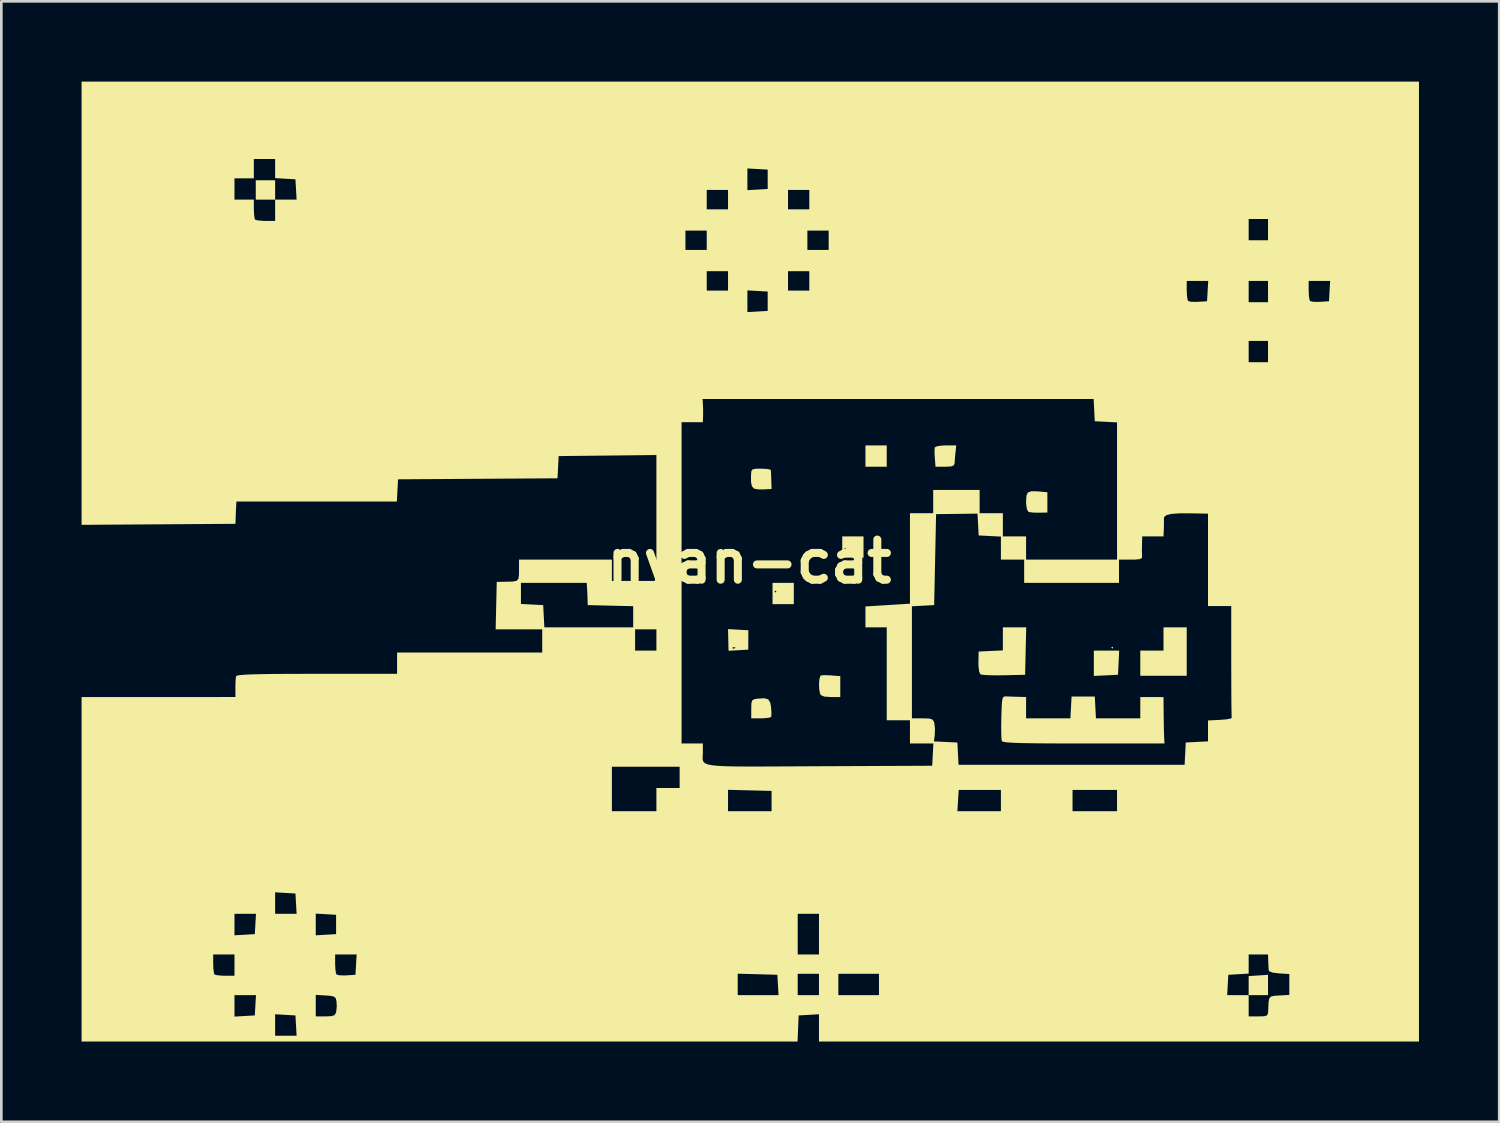
<source format=kicad_pcb>
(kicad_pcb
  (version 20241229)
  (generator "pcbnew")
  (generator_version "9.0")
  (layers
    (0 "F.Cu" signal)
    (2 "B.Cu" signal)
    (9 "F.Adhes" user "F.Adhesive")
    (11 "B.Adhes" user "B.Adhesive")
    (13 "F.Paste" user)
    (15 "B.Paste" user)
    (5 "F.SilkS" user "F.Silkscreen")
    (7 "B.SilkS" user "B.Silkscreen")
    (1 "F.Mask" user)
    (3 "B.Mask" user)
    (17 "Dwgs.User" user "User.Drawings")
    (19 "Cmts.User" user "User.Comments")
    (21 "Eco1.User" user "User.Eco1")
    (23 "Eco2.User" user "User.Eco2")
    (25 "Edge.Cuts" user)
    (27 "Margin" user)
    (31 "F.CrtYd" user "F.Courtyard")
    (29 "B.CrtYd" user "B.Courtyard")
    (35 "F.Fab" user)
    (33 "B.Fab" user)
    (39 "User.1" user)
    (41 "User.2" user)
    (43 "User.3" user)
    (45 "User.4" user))
  (footprint "nyan-cat"
    (layer "F.Cu")
    (at 24.966 17.946)
    (property "Reference" "nyan-cat" (at 0 0 0) (layer "F.SilkS") (effects (font (size 1.5 1.5) (thickness 0.3))))
    (attr board_only exclude_from_pos_files exclude_from_bom)
    (fp_poly (pts (xy 13.605 3.22) (xy 13.568 3.256) (xy 13.532 3.22) (xy 13.568 3.184)) (stroke (width 0) (type solid)) (fill yes) (layer "F.SilkS"))
    (fp_poly (pts (xy -17.729 -13.894) (xy -17.729 -13.532) (xy -18.091 -13.532) (xy -18.453 -13.532) (xy -18.453 -13.894) (xy -18.453 -14.256) (xy -18.091 -14.256) (xy -17.729 -14.256)) (stroke (width 0) (type solid)) (fill yes) (layer "F.SilkS"))
    (fp_poly (pts (xy 5.138 -3.944) (xy 5.138 -3.546) (xy 4.74 -3.546) (xy 4.342 -3.546) (xy 4.342 -3.944) (xy 4.342 -4.342) (xy 4.74 -4.342) (xy 5.138 -4.342)) (stroke (width 0) (type solid)) (fill yes) (layer "F.SilkS"))
    (fp_poly (pts (xy 13.807 3.781) (xy 13.785 4.233) (xy 13.333 4.255) (xy 12.881 4.276) (xy 12.881 3.803) (xy 12.881 3.329) (xy 13.355 3.329) (xy 13.829 3.329)) (stroke (width 0) (type solid)) (fill yes) (layer "F.SilkS"))
    (fp_poly (pts (xy 19.394 15.83) (xy 19.394 16.21) (xy 19.032 16.21) (xy 18.67 16.21) (xy 18.67 15.855) (xy 18.67 15.5) (xy 19.032 15.475) (xy 19.394 15.45)) (stroke (width 0) (type solid)) (fill yes) (layer "F.SilkS"))
    (fp_poly (pts (xy 16.354 3.365) (xy 16.354 4.27) (xy 15.486 4.27) (xy 14.618 4.27) (xy 14.618 3.799) (xy 14.618 3.329) (xy 15.052 3.329) (xy 15.486 3.329) (xy 15.486 2.895) (xy 15.486 2.46) (xy 15.92 2.46) (xy 16.354 2.46)) (stroke (width 0) (type solid)) (fill yes) (layer "F.SilkS"))
    (fp_poly (pts (xy 1.664 1.194) (xy 1.664 1.592) (xy 1.266 1.592) (xy 0.868 1.592) (xy 0.868 1.194) (xy 0.868 1.122) (xy 0.941 1.122) (xy 0.977 1.158) (xy 1.013 1.122) (xy 0.977 1.085) (xy 0.941 1.122) (xy 0.868 1.122) (xy 0.868 0.796) (xy 1.266 0.796) (xy 1.664 0.796)) (stroke (width 0) (type solid)) (fill yes) (layer "F.SilkS"))
    (fp_poly (pts (xy 2.988 4.252) (xy 3.077 4.258) (xy 3.401 4.284) (xy 3.401 4.675) (xy 3.401 5.066) (xy 3.047 5.066) (xy 2.805 5.049) (xy 2.677 4.994) (xy 2.649 4.951) (xy 2.614 4.786) (xy 2.606 4.582) (xy 2.622 4.393) (xy 2.66 4.273) (xy 2.679 4.257) (xy 2.791 4.247)) (stroke (width 0) (type solid)) (fill yes) (layer "F.SilkS"))
    (fp_poly (pts (xy 4.27 -0.543) (xy 4.27 -0.145) (xy 3.872 -0.145) (xy 3.474 -0.145) (xy 3.474 -0.47) (xy 3.546 -0.47) (xy 3.582 -0.434) (xy 3.618 -0.47) (xy 3.582 -0.507) (xy 3.546 -0.47) (xy 3.474 -0.47) (xy 3.474 -0.543) (xy 3.474 -0.941) (xy 3.872 -0.941) (xy 4.27 -0.941)) (stroke (width 0) (type solid)) (fill yes) (layer "F.SilkS"))
    (fp_poly (pts (xy 10.773 -2.625) (xy 10.87 -2.616) (xy 11.144 -2.59) (xy 11.144 -2.211) (xy 11.144 -1.833) (xy 10.837 -1.827) (xy 10.623 -1.831) (xy 10.466 -1.849) (xy 10.439 -1.857) (xy 10.38 -1.952) (xy 10.35 -2.157) (xy 10.348 -2.244) (xy 10.36 -2.46) (xy 10.414 -2.582) (xy 10.542 -2.629)) (stroke (width 0) (type solid)) (fill yes) (layer "F.SilkS"))
    (fp_poly (pts (xy 0.709 5.153) (xy 0.784 5.274) (xy 0.814 5.449) (xy 0.827 5.65) (xy 0.823 5.786) (xy 0.817 5.807) (xy 0.734 5.839) (xy 0.554 5.858) (xy 0.43 5.862) (xy 0.072 5.862) (xy 0.072 5.508) (xy 0.078 5.296) (xy 0.111 5.188) (xy 0.196 5.143) (xy 0.308 5.126) (xy 0.562 5.111)) (stroke (width 0) (type solid)) (fill yes) (layer "F.SilkS"))
    (fp_poly (pts (xy -0.416 2.547) (xy -0.036 2.569) (xy -0.038 2.931) (xy -0.039 3.293) (xy -0.408 3.314) (xy -0.777 3.336) (xy -0.78 3.208) (xy -0.627 3.208) (xy -0.617 3.251) (xy -0.579 3.256) (xy -0.519 3.23) (xy -0.531 3.208) (xy -0.617 3.2) (xy -0.627 3.208) (xy -0.78 3.208) (xy -0.786 2.93) (xy -0.795 2.525)) (stroke (width 0) (type solid)) (fill yes) (layer "F.SilkS"))
    (fp_poly (pts (xy 7.708 -4.071) (xy 7.687 -3.856) (xy 7.675 -3.687) (xy 7.675 -3.673) (xy 7.645 -3.595) (xy 7.54 -3.556) (xy 7.325 -3.546) (xy 7.316 -3.546) (xy 6.962 -3.546) (xy 6.936 -3.87) (xy 6.925 -4.083) (xy 6.929 -4.237) (xy 6.935 -4.268) (xy 7.014 -4.309) (xy 7.194 -4.336) (xy 7.348 -4.342) (xy 7.736 -4.342)) (stroke (width 0) (type solid)) (fill yes) (layer "F.SilkS"))
    (fp_poly (pts (xy 10.332 3.347) (xy 10.312 4.233) (xy 9.516 4.252) (xy 9.186 4.254) (xy 8.907 4.247) (xy 8.712 4.233) (xy 8.639 4.215) (xy 8.594 4.116) (xy 8.569 3.919) (xy 8.566 3.763) (xy 8.575 3.365) (xy 9.027 3.343) (xy 9.48 3.322) (xy 9.48 2.891) (xy 9.48 2.46) (xy 9.916 2.46) (xy 10.353 2.46)) (stroke (width 0) (type solid)) (fill yes) (layer "F.SilkS"))
    (fp_poly (pts (xy 0.642 -3.464) (xy 0.777 -3.439) (xy 0.804 -3.419) (xy 0.811 -3.319) (xy 0.819 -3.131) (xy 0.822 -3.04) (xy 0.832 -2.715) (xy 0.543 -2.697) (xy 0.337 -2.698) (xy 0.19 -2.723) (xy 0.17 -2.732) (xy 0.098 -2.815) (xy 0.065 -2.965) (xy 0.063 -3.221) (xy 0.064 -3.238) (xy 0.076 -3.378) (xy 0.124 -3.447) (xy 0.247 -3.471) (xy 0.434 -3.474)) (stroke (width 0) (type solid)) (fill yes) (layer "F.SilkS"))
    (fp_poly (pts (xy 9.606 5.041) (xy 9.787 5.049) (xy 10.02 5.056) (xy 10.059 5.057) (xy 10.348 5.066) (xy 10.348 5.464) (xy 10.348 5.862) (xy 11.177 5.862) (xy 12.005 5.862) (xy 12.027 5.454) (xy 12.049 5.047) (xy 12.483 5.047) (xy 12.917 5.047) (xy 12.939 5.454) (xy 12.96 5.862) (xy 13.789 5.862) (xy 14.618 5.862) (xy 14.618 5.464) (xy 14.618 5.066) (xy 15.052 5.066) (xy 15.486 5.066) (xy 15.492 5.699) (xy 15.496 6.019) (xy 15.501 6.312) (xy 15.508 6.527) (xy 15.51 6.567) (xy 15.522 6.802) (xy 12.499 6.802) (xy 11.732 6.801) (xy 11.099 6.799) (xy 10.588 6.794) (xy 10.187 6.787) (xy 9.885 6.776) (xy 9.67 6.763) (xy 9.532 6.746) (xy 9.458 6.725) (xy 9.439 6.707) (xy 9.426 6.599) (xy 9.419 6.381) (xy 9.418 6.086) (xy 9.423 5.823) (xy 9.433 5.477) (xy 9.447 5.251) (xy 9.469 5.119) (xy 9.506 5.057) (xy 9.563 5.041)) (stroke (width 0) (type solid)) (fill yes) (layer "F.SilkS"))
    (fp_poly (pts (xy 25.038 0) (xy 25.038 17.946) (xy 13.822 17.946) (xy 2.605 17.946) (xy 2.605 17.436) (xy 2.605 16.926) (xy 2.225 16.948) (xy 1.845 16.97) (xy 1.824 17.458) (xy 1.803 17.946) (xy -11.582 17.946) (xy -24.966 17.946) (xy -24.966 16.21) (xy -19.249 16.21) (xy -19.249 16.611) (xy -19.249 17.013) (xy -18.869 16.991) (xy -18.489 16.97) (xy -18.487 16.926) (xy -17.729 16.926) (xy -17.729 17.328) (xy -17.729 17.729) (xy -17.328 17.729) (xy -16.926 17.729) (xy -16.948 17.349) (xy -16.97 16.97) (xy -17.349 16.948) (xy -17.729 16.926) (xy -18.487 16.926) (xy -18.467 16.59) (xy -18.445 16.21) (xy -18.847 16.21) (xy -19.249 16.21) (xy -24.966 16.21) (xy -24.966 16.202) (xy -16.21 16.202) (xy -16.21 16.604) (xy -16.21 17.006) (xy -15.849 17.006) (xy -15.63 16.997) (xy -15.513 16.961) (xy -15.458 16.879) (xy -15.447 16.839) (xy -15.425 16.639) (xy -15.433 16.459) (xy -15.46 16.333) (xy -15.525 16.267) (xy -15.667 16.236) (xy -15.836 16.224) (xy -16.21 16.202) (xy -24.966 16.202) (xy -24.966 14.69) (xy -20.045 14.69) (xy -20.045 15.04) (xy -20.036 15.254) (xy -20.012 15.403) (xy -19.997 15.438) (xy -19.902 15.466) (xy -19.714 15.483) (xy -19.599 15.486) (xy -19.249 15.486) (xy -19.249 15.088) (xy -19.249 14.69) (xy -15.486 14.69) (xy -15.486 15.04) (xy -15.476 15.255) (xy -15.451 15.406) (xy -15.434 15.441) (xy -15.337 15.468) (xy -15.15 15.475) (xy -15.055 15.471) (xy -14.726 15.45) (xy -14.724 15.409) (xy -0.434 15.409) (xy -0.434 15.809) (xy -0.434 16.21) (xy 0.329 16.21) (xy 1.093 16.21) (xy 1.071 15.83) (xy 1.049 15.45) (xy 0.308 15.429) (xy -0.252 15.414) (xy 1.809 15.414) (xy 1.809 15.812) (xy 1.809 16.21) (xy 2.207 16.21) (xy 2.605 16.21) (xy 2.605 15.812) (xy 2.605 15.414) (xy 3.329 15.414) (xy 3.329 15.812) (xy 3.329 16.21) (xy 4.089 16.21) (xy 4.848 16.21) (xy 17.867 16.21) (xy 18.268 16.21) (xy 18.67 16.21) (xy 18.67 16.608) (xy 18.67 17.006) (xy 19.032 17.006) (xy 19.246 17.001) (xy 19.354 16.971) (xy 19.393 16.892) (xy 19.401 16.771) (xy 19.412 16.5) (xy 19.437 16.343) (xy 19.501 16.265) (xy 19.627 16.236) (xy 19.81 16.224) (xy 20.19 16.202) (xy 20.19 15.812) (xy 20.19 15.421) (xy 19.81 15.399) (xy 19.565 15.369) (xy 19.436 15.315) (xy 19.421 15.287) (xy 19.412 15.156) (xy 19.403 14.961) (xy 19.403 14.943) (xy 19.394 14.69) (xy 19.032 14.69) (xy 18.67 14.69) (xy 18.67 15.048) (xy 18.67 15.406) (xy 18.29 15.428) (xy 17.91 15.45) (xy 17.888 15.83) (xy 17.867 16.21) (xy 4.848 16.21) (xy 4.848 15.812) (xy 4.848 15.414) (xy 4.089 15.414) (xy 3.329 15.414) (xy 2.605 15.414) (xy 2.207 15.414) (xy 1.809 15.414) (xy -0.252 15.414) (xy -0.434 15.409) (xy -14.724 15.409) (xy -14.704 15.07) (xy -14.682 14.69) (xy -15.084 14.69) (xy -15.486 14.69) (xy -19.249 14.69) (xy -19.647 14.69) (xy -20.045 14.69) (xy -24.966 14.69) (xy -24.966 13.17) (xy -19.249 13.17) (xy -19.249 13.572) (xy -19.249 13.974) (xy -18.869 13.952) (xy -18.489 13.93) (xy -18.467 13.55) (xy -18.445 13.17) (xy -18.847 13.17) (xy -19.249 13.17) (xy -24.966 13.17) (xy -24.966 12.367) (xy -17.729 12.367) (xy -17.729 12.769) (xy -17.729 13.17) (xy -17.328 13.17) (xy -16.926 13.17) (xy -16.926 13.163) (xy -16.21 13.163) (xy -16.21 13.568) (xy -16.21 13.974) (xy -15.83 13.952) (xy -15.45 13.93) (xy -15.45 13.568) (xy -15.45 13.207) (xy -15.83 13.185) (xy -16.078 13.17) (xy 1.809 13.17) (xy 1.809 13.93) (xy 1.809 14.69) (xy 2.207 14.69) (xy 2.605 14.69) (xy 2.605 13.93) (xy 2.605 13.17) (xy 2.207 13.17) (xy 1.809 13.17) (xy -16.078 13.17) (xy -16.21 13.163) (xy -16.926 13.163) (xy -16.948 12.79) (xy -16.97 12.411) (xy -17.349 12.389) (xy -17.729 12.367) (xy -24.966 12.367) (xy -24.966 11.506) (xy -24.966 9.335) (xy 7.779 9.335) (xy 8.593 9.335) (xy 9.407 9.335) (xy 9.407 8.937) (xy 9.407 8.539) (xy 12.085 8.539) (xy 12.085 8.937) (xy 12.085 9.335) (xy 12.917 9.335) (xy 13.749 9.335) (xy 13.749 8.937) (xy 13.749 8.539) (xy 12.917 8.539) (xy 12.085 8.539) (xy 9.407 8.539) (xy 8.618 8.539) (xy 7.829 8.539) (xy 7.804 8.937) (xy 7.779 9.335) (xy -24.966 9.335) (xy -24.966 7.671) (xy -5.138 7.671) (xy -5.138 8.503) (xy -5.138 9.335) (xy -4.306 9.335) (xy -3.474 9.335) (xy -3.474 8.901) (xy -3.474 8.534) (xy -0.796 8.534) (xy -0.796 8.935) (xy -0.796 9.335) (xy 0.018 9.335) (xy 0.832 9.335) (xy 0.832 8.955) (xy 0.832 8.575) (xy 0.018 8.555) (xy -0.796 8.534) (xy -3.474 8.534) (xy -3.474 8.467) (xy -3.039 8.467) (xy -2.605 8.467) (xy -2.605 8.069) (xy -2.605 7.671) (xy -3.872 7.671) (xy -5.138 7.671) (xy -24.966 7.671) (xy -24.966 6.802) (xy -2.533 6.802) (xy -2.135 6.802) (xy -1.737 6.802) (xy -1.737 7.122) (xy -1.741 7.237) (xy -1.746 7.334) (xy -1.742 7.416) (xy -1.717 7.484) (xy -1.662 7.538) (xy -1.564 7.581) (xy -1.415 7.613) (xy -1.202 7.636) (xy -0.916 7.652) (xy -0.546 7.66) (xy -0.08 7.664) (xy 0.491 7.663) (xy 1.179 7.66) (xy 1.994 7.656) (xy 2.595 7.653) (xy 6.838 7.634) (xy 6.86 7.218) (xy 6.882 6.802) (xy 6.444 6.802) (xy 6.006 6.802) (xy 6.006 6.368) (xy 6.006 5.934) (xy 5.572 5.934) (xy 5.138 5.934) (xy 5.138 5.862) (xy 6.079 5.862) (xy 6.475 5.862) (xy 6.706 5.868) (xy 6.832 5.897) (xy 6.893 5.966) (xy 6.917 6.043) (xy 6.941 6.245) (xy 6.934 6.474) (xy 6.904 6.724) (xy 7.342 6.745) (xy 7.779 6.766) (xy 7.801 7.182) (xy 7.823 7.598) (xy 12.049 7.598) (xy 16.275 7.598) (xy 16.297 7.182) (xy 16.318 6.766) (xy 16.734 6.744) (xy 17.15 6.723) (xy 17.15 6.332) (xy 17.15 5.941) (xy 17.603 5.919) (xy 17.834 5.9) (xy 17.99 5.872) (xy 18.037 5.843) (xy 18.032 5.76) (xy 18.028 5.55) (xy 18.024 5.233) (xy 18.022 4.828) (xy 18.02 4.353) (xy 18.019 3.828) (xy 18.019 3.727) (xy 18.019 1.664) (xy 17.585 1.664) (xy 17.15 1.664) (xy 17.15 -0.063) (xy 17.15 -1.791) (xy 16.505 -1.803) (xy 16.079 -1.803) (xy 15.781 -1.781) (xy 15.597 -1.737) (xy 15.51 -1.665) (xy 15.5 -1.603) (xy 15.503 -1.452) (xy 15.499 -1.241) (xy 15.498 -1.212) (xy 15.486 -0.941) (xy 15.088 -0.941) (xy 14.69 -0.941) (xy 14.682 -0.633) (xy 14.679 -0.409) (xy 14.684 -0.231) (xy 14.686 -0.199) (xy 14.673 -0.128) (xy 14.596 -0.09) (xy 14.423 -0.074) (xy 14.26 -0.072) (xy 13.822 -0.072) (xy 13.822 0.362) (xy 13.822 0.796) (xy 12.049 0.796) (xy 10.276 0.796) (xy 10.276 0.362) (xy 10.276 -0.072) (xy 9.842 -0.072) (xy 9.407 -0.072) (xy 9.407 -0.503) (xy 9.407 -0.934) (xy 8.991 -0.955) (xy 8.575 -0.977) (xy 8.554 -1.384) (xy 8.532 -1.792) (xy 7.758 -1.782) (xy 6.983 -1.773) (xy 6.947 -0.072) (xy 6.911 1.628) (xy 6.495 1.65) (xy 6.079 1.672) (xy 6.079 3.767) (xy 6.079 5.862) (xy 5.138 5.862) (xy 5.138 4.197) (xy 5.138 2.46) (xy 4.74 2.46) (xy 4.342 2.46) (xy 4.342 2.07) (xy 4.342 1.679) (xy 5.174 1.627) (xy 6.006 1.575) (xy 6.006 -0.117) (xy 6.006 -1.809) (xy 6.44 -1.809) (xy 6.875 -1.809) (xy 6.875 -2.243) (xy 6.875 -2.677) (xy 7.743 -2.677) (xy 8.611 -2.677) (xy 8.611 -2.243) (xy 8.611 -1.809) (xy 9.046 -1.809) (xy 9.48 -1.809) (xy 9.48 -1.375) (xy 9.48 -0.941) (xy 9.914 -0.941) (xy 10.348 -0.941) (xy 10.348 -0.507) (xy 10.348 -0.072) (xy 12.049 -0.072) (xy 13.749 -0.072) (xy 13.749 -2.638) (xy 13.749 -5.203) (xy 13.333 -5.225) (xy 12.917 -5.246) (xy 12.895 -5.663) (xy 12.874 -6.079) (xy 5.563 -6.079) (xy -1.748 -6.079) (xy -1.735 -5.88) (xy -1.727 -5.656) (xy -1.729 -5.445) (xy -1.737 -5.21) (xy -2.135 -5.21) (xy -2.533 -5.21) (xy -2.533 0.796) (xy -2.533 6.802) (xy -24.966 6.802) (xy -24.966 5.066) (xy -22.089 5.066) (xy -19.213 5.065) (xy -19.215 4.722) (xy -19.211 4.498) (xy -19.197 4.33) (xy -19.189 4.288) (xy -19.151 4.264) (xy -19.047 4.245) (xy -18.865 4.23) (xy -18.594 4.218) (xy -18.225 4.209) (xy -17.747 4.202) (xy -17.148 4.199) (xy -16.418 4.197) (xy -16.166 4.197) (xy -13.17 4.197) (xy -13.17 3.799) (xy -13.17 3.401) (xy -10.457 3.401) (xy -7.743 3.401) (xy -7.743 2.967) (xy -7.743 2.533) (xy -4.27 2.533) (xy -4.27 2.931) (xy -4.27 3.329) (xy -3.872 3.329) (xy -3.474 3.329) (xy -3.474 2.931) (xy -3.474 2.533) (xy -3.872 2.533) (xy -4.27 2.533) (xy -7.743 2.533) (xy -8.614 2.533) (xy -9.484 2.533) (xy -9.464 1.646) (xy -9.444 0.796) (xy -8.539 0.796) (xy -8.539 1.19) (xy -8.539 1.585) (xy -8.123 1.607) (xy -7.707 1.628) (xy -7.685 2.044) (xy -7.663 2.46) (xy -6.003 2.46) (xy -4.342 2.46) (xy -4.342 2.065) (xy -4.342 1.669) (xy -5.192 1.649) (xy -6.042 1.628) (xy -6.048 1.411) (xy -6.057 1.174) (xy -6.067 0.995) (xy -6.079 0.796) (xy -7.309 0.796) (xy -8.539 0.796) (xy -9.444 0.796) (xy -9.444 0.76) (xy -9.118 0.755) (xy -8.853 0.749) (xy -8.702 0.72) (xy -8.632 0.643) (xy -8.612 0.489) (xy -8.611 0.326) (xy -8.611 -0.072) (xy -6.875 -0.072) (xy -5.138 -0.072) (xy -5.138 0.326) (xy -5.138 0.724) (xy -4.306 0.724) (xy -3.474 0.724) (xy -3.474 -1.629) (xy -3.474 -3.983) (xy -5.301 -3.963) (xy -7.128 -3.944) (xy -7.15 -3.529) (xy -7.171 -3.113) (xy -10.153 -3.094) (xy -13.134 -3.075) (xy -13.156 -2.659) (xy -13.178 -2.243) (xy -16.177 -2.243) (xy -19.177 -2.243) (xy -19.186 -2.08) (xy -19.195 -1.893) (xy -19.204 -1.667) (xy -19.204 -1.664) (xy -19.213 -1.411) (xy -22.089 -1.392) (xy -24.966 -1.373) (xy -24.966 -8.25) (xy 18.67 -8.25) (xy 18.67 -7.852) (xy 18.67 -7.454) (xy 19.032 -7.454) (xy 19.394 -7.454) (xy 19.394 -7.852) (xy 19.394 -8.25) (xy 19.032 -8.25) (xy 18.67 -8.25) (xy -24.966 -8.25) (xy -24.966 -9.66) (xy -24.966 -10.855) (xy -1.592 -10.855) (xy -1.592 -10.493) (xy -1.592 -10.131) (xy -1.194 -10.131) (xy -0.796 -10.131) (xy -0.796 -10.139) (xy -0.072 -10.139) (xy -0.072 -9.733) (xy -0.072 -9.327) (xy 0.308 -9.349) (xy 0.687 -9.371) (xy 0.687 -9.733) (xy 0.687 -10.095) (xy 0.308 -10.117) (xy -0.072 -10.139) (xy -0.796 -10.139) (xy -0.796 -10.493) (xy -0.796 -10.855) (xy 1.447 -10.855) (xy 1.447 -10.493) (xy 1.447 -10.131) (xy 1.845 -10.131) (xy 2.243 -10.131) (xy 2.243 -10.493) (xy 16.354 -10.493) (xy 16.354 -10.143) (xy 16.364 -9.928) (xy 16.389 -9.777) (xy 16.406 -9.742) (xy 16.504 -9.715) (xy 16.69 -9.708) (xy 16.786 -9.712) (xy 17.114 -9.733) (xy 17.136 -10.113) (xy 17.158 -10.493) (xy 18.67 -10.493) (xy 18.67 -10.095) (xy 18.67 -9.697) (xy 19.032 -9.697) (xy 19.394 -9.697) (xy 19.394 -10.095) (xy 19.394 -10.493) (xy 20.913 -10.493) (xy 20.913 -10.143) (xy 20.923 -9.928) (xy 20.948 -9.777) (xy 20.965 -9.742) (xy 21.063 -9.715) (xy 21.249 -9.708) (xy 21.345 -9.712) (xy 21.673 -9.733) (xy 21.695 -10.113) (xy 21.717 -10.493) (xy 21.315 -10.493) (xy 20.913 -10.493) (xy 19.394 -10.493) (xy 19.032 -10.493) (xy 18.67 -10.493) (xy 17.158 -10.493) (xy 16.756 -10.493) (xy 16.354 -10.493) (xy 2.243 -10.493) (xy 2.243 -10.855) (xy 1.845 -10.855) (xy 1.447 -10.855) (xy -0.796 -10.855) (xy -1.194 -10.855) (xy -1.592 -10.855) (xy -24.966 -10.855) (xy -24.966 -12.374) (xy -2.388 -12.374) (xy -2.388 -12.013) (xy -2.388 -11.651) (xy -1.99 -11.651) (xy -1.592 -11.651) (xy -1.592 -12.013) (xy -1.592 -12.374) (xy 2.171 -12.374) (xy 2.171 -12.013) (xy 2.171 -11.651) (xy 2.569 -11.651) (xy 2.967 -11.651) (xy 2.967 -12.013) (xy 2.967 -12.374) (xy 2.569 -12.374) (xy 2.171 -12.374) (xy -1.592 -12.374) (xy -1.99 -12.374) (xy -2.388 -12.374) (xy -24.966 -12.374) (xy -24.966 -13.532) (xy -19.249 -13.532) (xy -18.887 -13.532) (xy -18.525 -13.532) (xy -18.525 -13.182) (xy -18.516 -12.968) (xy -18.493 -12.819) (xy -18.477 -12.784) (xy -18.382 -12.756) (xy -18.195 -12.739) (xy -18.079 -12.736) (xy -17.729 -12.736) (xy -17.729 -12.809) (xy 18.67 -12.809) (xy 18.67 -12.411) (xy 18.67 -12.013) (xy 19.032 -12.013) (xy 19.394 -12.013) (xy 19.394 -12.411) (xy 19.394 -12.809) (xy 19.032 -12.809) (xy 18.67 -12.809) (xy -17.729 -12.809) (xy -17.729 -13.134) (xy -17.729 -13.532) (xy -17.328 -13.532) (xy -16.926 -13.532) (xy -16.947 -13.894) (xy -1.592 -13.894) (xy -1.592 -13.532) (xy -1.592 -13.17) (xy -1.194 -13.17) (xy -0.796 -13.17) (xy -0.796 -13.532) (xy -0.796 -13.894) (xy -1.194 -13.894) (xy -1.592 -13.894) (xy -16.947 -13.894) (xy -16.948 -13.912) (xy -16.97 -14.292) (xy -17.349 -14.314) (xy -17.729 -14.336) (xy -17.729 -14.694) (xy -17.729 -14.698) (xy -0.072 -14.698) (xy -0.072 -14.292) (xy -0.072 -13.886) (xy 0.059 -13.894) (xy 1.447 -13.894) (xy 1.447 -13.532) (xy 1.447 -13.17) (xy 1.845 -13.17) (xy 2.243 -13.17) (xy 2.243 -13.532) (xy 2.243 -13.894) (xy 1.845 -13.894) (xy 1.447 -13.894) (xy 0.059 -13.894) (xy 0.308 -13.908) (xy 0.687 -13.93) (xy 0.687 -14.292) (xy 0.687 -14.654) (xy 0.308 -14.676) (xy -0.072 -14.698) (xy -17.729 -14.698) (xy -17.729 -15.052) (xy -18.127 -15.052) (xy -18.525 -15.052) (xy -18.525 -14.69) (xy -18.525 -14.328) (xy -18.887 -14.328) (xy -19.249 -14.328) (xy -19.249 -13.93) (xy -19.249 -13.532) (xy -24.966 -13.532) (xy -24.966 -17.946) (xy 0.036 -17.946) (xy 25.038 -17.946)) (stroke (width 0) (type solid)) (fill yes) (layer "F.SilkS")))
  (gr_rect
    (start -3 -3)
    (end 53.004 38.893)
    (stroke (width 0.1) (type default))
    (fill no)
    (layer "Edge.Cuts")))
</source>
